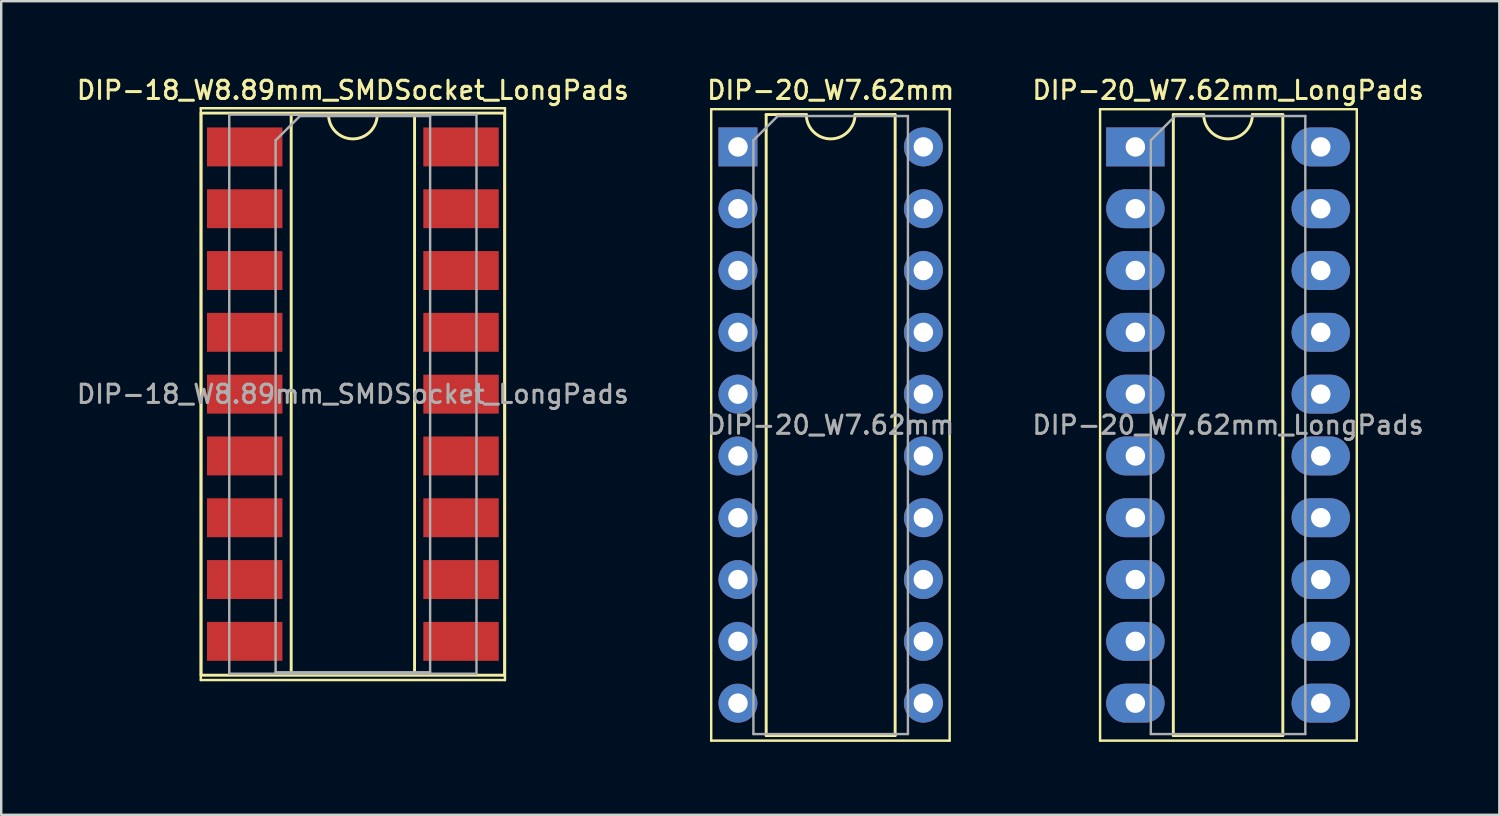
<source format=kicad_pcb>
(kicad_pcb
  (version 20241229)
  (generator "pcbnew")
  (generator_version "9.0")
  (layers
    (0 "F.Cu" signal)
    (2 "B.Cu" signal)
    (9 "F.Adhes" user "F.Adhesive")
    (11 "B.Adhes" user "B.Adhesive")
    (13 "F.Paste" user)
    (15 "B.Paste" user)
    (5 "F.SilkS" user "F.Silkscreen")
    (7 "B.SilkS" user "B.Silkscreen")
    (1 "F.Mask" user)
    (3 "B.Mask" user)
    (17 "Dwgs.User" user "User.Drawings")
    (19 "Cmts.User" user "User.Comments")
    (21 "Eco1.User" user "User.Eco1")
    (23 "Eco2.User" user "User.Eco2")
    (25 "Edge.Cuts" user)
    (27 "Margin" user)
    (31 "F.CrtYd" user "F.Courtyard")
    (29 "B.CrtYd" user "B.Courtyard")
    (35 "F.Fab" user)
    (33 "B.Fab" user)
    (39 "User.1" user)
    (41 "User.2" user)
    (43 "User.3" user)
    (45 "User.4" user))
  (footprint "DIP-20_W7.62mm"
    (layer "F.Cu")
    (at 27.278 2.988)
    (property "Reference" "DIP-20_W7.62mm" (at 3.81 -2.33 0) (layer "F.SilkS") (effects (font (size 0.75 0.75) (thickness 0.125))))
    (attr through_hole)
    (fp_line (start -1.1 -1.55) (end -1.1 24.4) (stroke (width 0.1) (type solid)) (layer "F.SilkS"))
    (fp_line (start -1.1 24.4) (end 8.7 24.4) (stroke (width 0.1) (type solid)) (layer "F.SilkS"))
    (fp_line (start 1.16 -1.33) (end 1.16 24.19) (stroke (width 0.12) (type solid)) (layer "F.SilkS"))
    (fp_line (start 1.16 24.19) (end 6.46 24.19) (stroke (width 0.12) (type solid)) (layer "F.SilkS"))
    (fp_line (start 2.81 -1.33) (end 1.16 -1.33) (stroke (width 0.12) (type solid)) (layer "F.SilkS"))
    (fp_line (start 6.46 -1.33) (end 4.81 -1.33) (stroke (width 0.12) (type solid)) (layer "F.SilkS"))
    (fp_line (start 6.46 24.19) (end 6.46 -1.33) (stroke (width 0.12) (type solid)) (layer "F.SilkS"))
    (fp_line (start 8.7 -1.55) (end -1.1 -1.55) (stroke (width 0.1) (type solid)) (layer "F.SilkS"))
    (fp_line (start 8.7 24.4) (end 8.7 -1.55) (stroke (width 0.1) (type solid)) (layer "F.SilkS"))
    (fp_arc (start 4.81 -1.33) (mid 3.81 -0.33) (end 2.81 -1.33) (stroke (width 0.12) (type solid)) (layer "F.SilkS"))
    (fp_line (start 0.635 -0.27) (end 1.635 -1.27) (stroke (width 0.1) (type solid)) (layer "F.Fab"))
    (fp_line (start 0.635 24.13) (end 0.635 -0.27) (stroke (width 0.1) (type solid)) (layer "F.Fab"))
    (fp_line (start 1.635 -1.27) (end 6.985 -1.27) (stroke (width 0.1) (type solid)) (layer "F.Fab"))
    (fp_line (start 6.985 -1.27) (end 6.985 24.13) (stroke (width 0.1) (type solid)) (layer "F.Fab"))
    (fp_line (start 6.985 24.13) (end 0.635 24.13) (stroke (width 0.1) (type solid)) (layer "F.Fab"))
    (fp_text user "${REFERENCE}" (at 3.81 11.43 0) (layer "F.Fab") (effects (font (size 0.75 0.75) (thickness 0.125))))
    (pad "1" thru_hole rect (at 0 0) (size 1.6 1.6) (drill 0.8) (layers "*.Cu" "*.Mask"))
    (pad "2" thru_hole oval (at 0 2.54) (size 1.6 1.6) (drill 0.8) (layers "*.Cu" "*.Mask"))
    (pad "3" thru_hole oval (at 0 5.08) (size 1.6 1.6) (drill 0.8) (layers "*.Cu" "*.Mask"))
    (pad "4" thru_hole oval (at 0 7.62) (size 1.6 1.6) (drill 0.8) (layers "*.Cu" "*.Mask"))
    (pad "5" thru_hole oval (at 0 10.16) (size 1.6 1.6) (drill 0.8) (layers "*.Cu" "*.Mask"))
    (pad "6" thru_hole oval (at 0 12.7) (size 1.6 1.6) (drill 0.8) (layers "*.Cu" "*.Mask"))
    (pad "7" thru_hole oval (at 0 15.24) (size 1.6 1.6) (drill 0.8) (layers "*.Cu" "*.Mask"))
    (pad "8" thru_hole oval (at 0 17.78) (size 1.6 1.6) (drill 0.8) (layers "*.Cu" "*.Mask"))
    (pad "9" thru_hole oval (at 0 20.32) (size 1.6 1.6) (drill 0.8) (layers "*.Cu" "*.Mask"))
    (pad "10" thru_hole oval (at 0 22.86) (size 1.6 1.6) (drill 0.8) (layers "*.Cu" "*.Mask"))
    (pad "11" thru_hole oval (at 7.62 22.86) (size 1.6 1.6) (drill 0.8) (layers "*.Cu" "*.Mask"))
    (pad "12" thru_hole oval (at 7.62 20.32) (size 1.6 1.6) (drill 0.8) (layers "*.Cu" "*.Mask"))
    (pad "13" thru_hole oval (at 7.62 17.78) (size 1.6 1.6) (drill 0.8) (layers "*.Cu" "*.Mask"))
    (pad "14" thru_hole oval (at 7.62 15.24) (size 1.6 1.6) (drill 0.8) (layers "*.Cu" "*.Mask"))
    (pad "15" thru_hole oval (at 7.62 12.7) (size 1.6 1.6) (drill 0.8) (layers "*.Cu" "*.Mask"))
    (pad "16" thru_hole oval (at 7.62 10.16) (size 1.6 1.6) (drill 0.8) (layers "*.Cu" "*.Mask"))
    (pad "17" thru_hole oval (at 7.62 7.62) (size 1.6 1.6) (drill 0.8) (layers "*.Cu" "*.Mask"))
    (pad "18" thru_hole oval (at 7.62 5.08) (size 1.6 1.6) (drill 0.8) (layers "*.Cu" "*.Mask"))
    (pad "19" thru_hole oval (at 7.62 2.54) (size 1.6 1.6) (drill 0.8) (layers "*.Cu" "*.Mask"))
    (pad "20" thru_hole oval (at 7.62 0) (size 1.6 1.6) (drill 0.8) (layers "*.Cu" "*.Mask")))
  (footprint "DIP-18_W8.89mm_SMDSocket_LongPads"
    (layer "F.Cu")
    (at 11.452 13.148)
    (property "Reference" "DIP-18_W8.89mm_SMDSocket_LongPads" (at 0 -12.49 0) (layer "F.SilkS") (effects (font (size 0.75 0.75) (thickness 0.125))))
    (attr smd)
    (fp_line (start -6.25 -11.75) (end -6.25 11.75) (stroke (width 0.1) (type solid)) (layer "F.SilkS"))
    (fp_line (start -6.25 11.75) (end 6.25 11.75) (stroke (width 0.1) (type solid)) (layer "F.SilkS"))
    (fp_line (start -6.235 -11.55) (end -6.235 11.55) (stroke (width 0.12) (type solid)) (layer "F.SilkS"))
    (fp_line (start -6.235 11.55) (end 6.235 11.55) (stroke (width 0.12) (type solid)) (layer "F.SilkS"))
    (fp_line (start -2.535 -11.49) (end -2.535 11.49) (stroke (width 0.12) (type solid)) (layer "F.SilkS"))
    (fp_line (start -2.535 11.49) (end 2.535 11.49) (stroke (width 0.12) (type solid)) (layer "F.SilkS"))
    (fp_line (start -1 -11.49) (end -2.535 -11.49) (stroke (width 0.12) (type solid)) (layer "F.SilkS"))
    (fp_line (start 2.535 -11.49) (end 1 -11.49) (stroke (width 0.12) (type solid)) (layer "F.SilkS"))
    (fp_line (start 2.535 11.49) (end 2.535 -11.49) (stroke (width 0.12) (type solid)) (layer "F.SilkS"))
    (fp_line (start 6.235 -11.55) (end -6.235 -11.55) (stroke (width 0.12) (type solid)) (layer "F.SilkS"))
    (fp_line (start 6.235 11.55) (end 6.235 -11.55) (stroke (width 0.12) (type solid)) (layer "F.SilkS"))
    (fp_line (start 6.25 -11.75) (end -6.25 -11.75) (stroke (width 0.1) (type solid)) (layer "F.SilkS"))
    (fp_line (start 6.25 11.75) (end 6.25 -11.75) (stroke (width 0.1) (type solid)) (layer "F.SilkS"))
    (fp_arc (start 1 -11.49) (mid 0 -10.49) (end -1 -11.49) (stroke (width 0.12) (type solid)) (layer "F.SilkS"))
    (fp_line (start -5.08 -11.49) (end -5.08 11.49) (stroke (width 0.1) (type solid)) (layer "F.Fab"))
    (fp_line (start -5.08 11.49) (end 5.08 11.49) (stroke (width 0.1) (type solid)) (layer "F.Fab"))
    (fp_line (start -3.175 -10.43) (end -2.175 -11.43) (stroke (width 0.1) (type solid)) (layer "F.Fab"))
    (fp_line (start -3.175 11.43) (end -3.175 -10.43) (stroke (width 0.1) (type solid)) (layer "F.Fab"))
    (fp_line (start -2.175 -11.43) (end 3.175 -11.43) (stroke (width 0.1) (type solid)) (layer "F.Fab"))
    (fp_line (start 3.175 -11.43) (end 3.175 11.43) (stroke (width 0.1) (type solid)) (layer "F.Fab"))
    (fp_line (start 3.175 11.43) (end -3.175 11.43) (stroke (width 0.1) (type solid)) (layer "F.Fab"))
    (fp_line (start 5.08 -11.49) (end -5.08 -11.49) (stroke (width 0.1) (type solid)) (layer "F.Fab"))
    (fp_line (start 5.08 11.49) (end 5.08 -11.49) (stroke (width 0.1) (type solid)) (layer "F.Fab"))
    (fp_text user "${REFERENCE}" (at 0 0 0) (layer "F.Fab") (effects (font (size 0.75 0.75) (thickness 0.125))))
    (pad "1" smd rect (at -4.445 -10.16) (size 3.1 1.6) (layers "F.Cu" "F.Mask" "F.Paste"))
    (pad "2" smd rect (at -4.445 -7.62) (size 3.1 1.6) (layers "F.Cu" "F.Mask" "F.Paste"))
    (pad "3" smd rect (at -4.445 -5.08) (size 3.1 1.6) (layers "F.Cu" "F.Mask" "F.Paste"))
    (pad "4" smd rect (at -4.445 -2.54) (size 3.1 1.6) (layers "F.Cu" "F.Mask" "F.Paste"))
    (pad "5" smd rect (at -4.445 0) (size 3.1 1.6) (layers "F.Cu" "F.Mask" "F.Paste"))
    (pad "6" smd rect (at -4.445 2.54) (size 3.1 1.6) (layers "F.Cu" "F.Mask" "F.Paste"))
    (pad "7" smd rect (at -4.445 5.08) (size 3.1 1.6) (layers "F.Cu" "F.Mask" "F.Paste"))
    (pad "8" smd rect (at -4.445 7.62) (size 3.1 1.6) (layers "F.Cu" "F.Mask" "F.Paste"))
    (pad "9" smd rect (at -4.445 10.16) (size 3.1 1.6) (layers "F.Cu" "F.Mask" "F.Paste"))
    (pad "10" smd rect (at 4.445 10.16) (size 3.1 1.6) (layers "F.Cu" "F.Mask" "F.Paste"))
    (pad "11" smd rect (at 4.445 7.62) (size 3.1 1.6) (layers "F.Cu" "F.Mask" "F.Paste"))
    (pad "12" smd rect (at 4.445 5.08) (size 3.1 1.6) (layers "F.Cu" "F.Mask" "F.Paste"))
    (pad "13" smd rect (at 4.445 2.54) (size 3.1 1.6) (layers "F.Cu" "F.Mask" "F.Paste"))
    (pad "14" smd rect (at 4.445 0) (size 3.1 1.6) (layers "F.Cu" "F.Mask" "F.Paste"))
    (pad "15" smd rect (at 4.445 -2.54) (size 3.1 1.6) (layers "F.Cu" "F.Mask" "F.Paste"))
    (pad "16" smd rect (at 4.445 -5.08) (size 3.1 1.6) (layers "F.Cu" "F.Mask" "F.Paste"))
    (pad "17" smd rect (at 4.445 -7.62) (size 3.1 1.6) (layers "F.Cu" "F.Mask" "F.Paste"))
    (pad "18" smd rect (at 4.445 -10.16) (size 3.1 1.6) (layers "F.Cu" "F.Mask" "F.Paste")))
  (footprint "DIP-20_W7.62mm_LongPads"
    (layer "F.Cu")
    (at 43.61 2.988)
    (property "Reference" "DIP-20_W7.62mm_LongPads" (at 3.81 -2.33 0) (layer "F.SilkS") (effects (font (size 0.75 0.75) (thickness 0.125))))
    (attr through_hole)
    (fp_line (start -1.45 -1.55) (end -1.45 24.4) (stroke (width 0.1) (type solid)) (layer "F.SilkS"))
    (fp_line (start -1.45 24.4) (end 9.1 24.4) (stroke (width 0.1) (type solid)) (layer "F.SilkS"))
    (fp_line (start 1.56 -1.33) (end 1.56 24.19) (stroke (width 0.12) (type solid)) (layer "F.SilkS"))
    (fp_line (start 1.56 24.19) (end 6.06 24.19) (stroke (width 0.12) (type solid)) (layer "F.SilkS"))
    (fp_line (start 2.81 -1.33) (end 1.56 -1.33) (stroke (width 0.12) (type solid)) (layer "F.SilkS"))
    (fp_line (start 6.06 -1.33) (end 4.81 -1.33) (stroke (width 0.12) (type solid)) (layer "F.SilkS"))
    (fp_line (start 6.06 24.19) (end 6.06 -1.33) (stroke (width 0.12) (type solid)) (layer "F.SilkS"))
    (fp_line (start 9.1 -1.55) (end -1.45 -1.55) (stroke (width 0.1) (type solid)) (layer "F.SilkS"))
    (fp_line (start 9.1 24.4) (end 9.1 -1.55) (stroke (width 0.1) (type solid)) (layer "F.SilkS"))
    (fp_arc (start 4.81 -1.33) (mid 3.81 -0.33) (end 2.81 -1.33) (stroke (width 0.12) (type solid)) (layer "F.SilkS"))
    (fp_line (start 0.635 -0.27) (end 1.635 -1.27) (stroke (width 0.1) (type solid)) (layer "F.Fab"))
    (fp_line (start 0.635 24.13) (end 0.635 -0.27) (stroke (width 0.1) (type solid)) (layer "F.Fab"))
    (fp_line (start 1.635 -1.27) (end 6.985 -1.27) (stroke (width 0.1) (type solid)) (layer "F.Fab"))
    (fp_line (start 6.985 -1.27) (end 6.985 24.13) (stroke (width 0.1) (type solid)) (layer "F.Fab"))
    (fp_line (start 6.985 24.13) (end 0.635 24.13) (stroke (width 0.1) (type solid)) (layer "F.Fab"))
    (fp_text user "${REFERENCE}" (at 3.81 11.43 0) (layer "F.Fab") (effects (font (size 0.75 0.75) (thickness 0.125))))
    (pad "1" thru_hole rect (at 0 0) (size 2.4 1.6) (drill 0.8) (layers "*.Cu" "*.Mask"))
    (pad "2" thru_hole oval (at 0 2.54) (size 2.4 1.6) (drill 0.8) (layers "*.Cu" "*.Mask"))
    (pad "3" thru_hole oval (at 0 5.08) (size 2.4 1.6) (drill 0.8) (layers "*.Cu" "*.Mask"))
    (pad "4" thru_hole oval (at 0 7.62) (size 2.4 1.6) (drill 0.8) (layers "*.Cu" "*.Mask"))
    (pad "5" thru_hole oval (at 0 10.16) (size 2.4 1.6) (drill 0.8) (layers "*.Cu" "*.Mask"))
    (pad "6" thru_hole oval (at 0 12.7) (size 2.4 1.6) (drill 0.8) (layers "*.Cu" "*.Mask"))
    (pad "7" thru_hole oval (at 0 15.24) (size 2.4 1.6) (drill 0.8) (layers "*.Cu" "*.Mask"))
    (pad "8" thru_hole oval (at 0 17.78) (size 2.4 1.6) (drill 0.8) (layers "*.Cu" "*.Mask"))
    (pad "9" thru_hole oval (at 0 20.32) (size 2.4 1.6) (drill 0.8) (layers "*.Cu" "*.Mask"))
    (pad "10" thru_hole oval (at 0 22.86) (size 2.4 1.6) (drill 0.8) (layers "*.Cu" "*.Mask"))
    (pad "11" thru_hole oval (at 7.62 22.86) (size 2.4 1.6) (drill 0.8) (layers "*.Cu" "*.Mask"))
    (pad "12" thru_hole oval (at 7.62 20.32) (size 2.4 1.6) (drill 0.8) (layers "*.Cu" "*.Mask"))
    (pad "13" thru_hole oval (at 7.62 17.78) (size 2.4 1.6) (drill 0.8) (layers "*.Cu" "*.Mask"))
    (pad "14" thru_hole oval (at 7.62 15.24) (size 2.4 1.6) (drill 0.8) (layers "*.Cu" "*.Mask"))
    (pad "15" thru_hole oval (at 7.62 12.7) (size 2.4 1.6) (drill 0.8) (layers "*.Cu" "*.Mask"))
    (pad "16" thru_hole oval (at 7.62 10.16) (size 2.4 1.6) (drill 0.8) (layers "*.Cu" "*.Mask"))
    (pad "17" thru_hole oval (at 7.62 7.62) (size 2.4 1.6) (drill 0.8) (layers "*.Cu" "*.Mask"))
    (pad "18" thru_hole oval (at 7.62 5.08) (size 2.4 1.6) (drill 0.8) (layers "*.Cu" "*.Mask"))
    (pad "19" thru_hole oval (at 7.62 2.54) (size 2.4 1.6) (drill 0.8) (layers "*.Cu" "*.Mask"))
    (pad "20" thru_hole oval (at 7.62 0) (size 2.4 1.6) (drill 0.8) (layers "*.Cu" "*.Mask")))
  (gr_rect
    (start -3 -3)
    (end 58.568 30.438)
    (stroke (width 0.1) (type default))
    (fill no)
    (layer "Edge.Cuts")))
</source>
